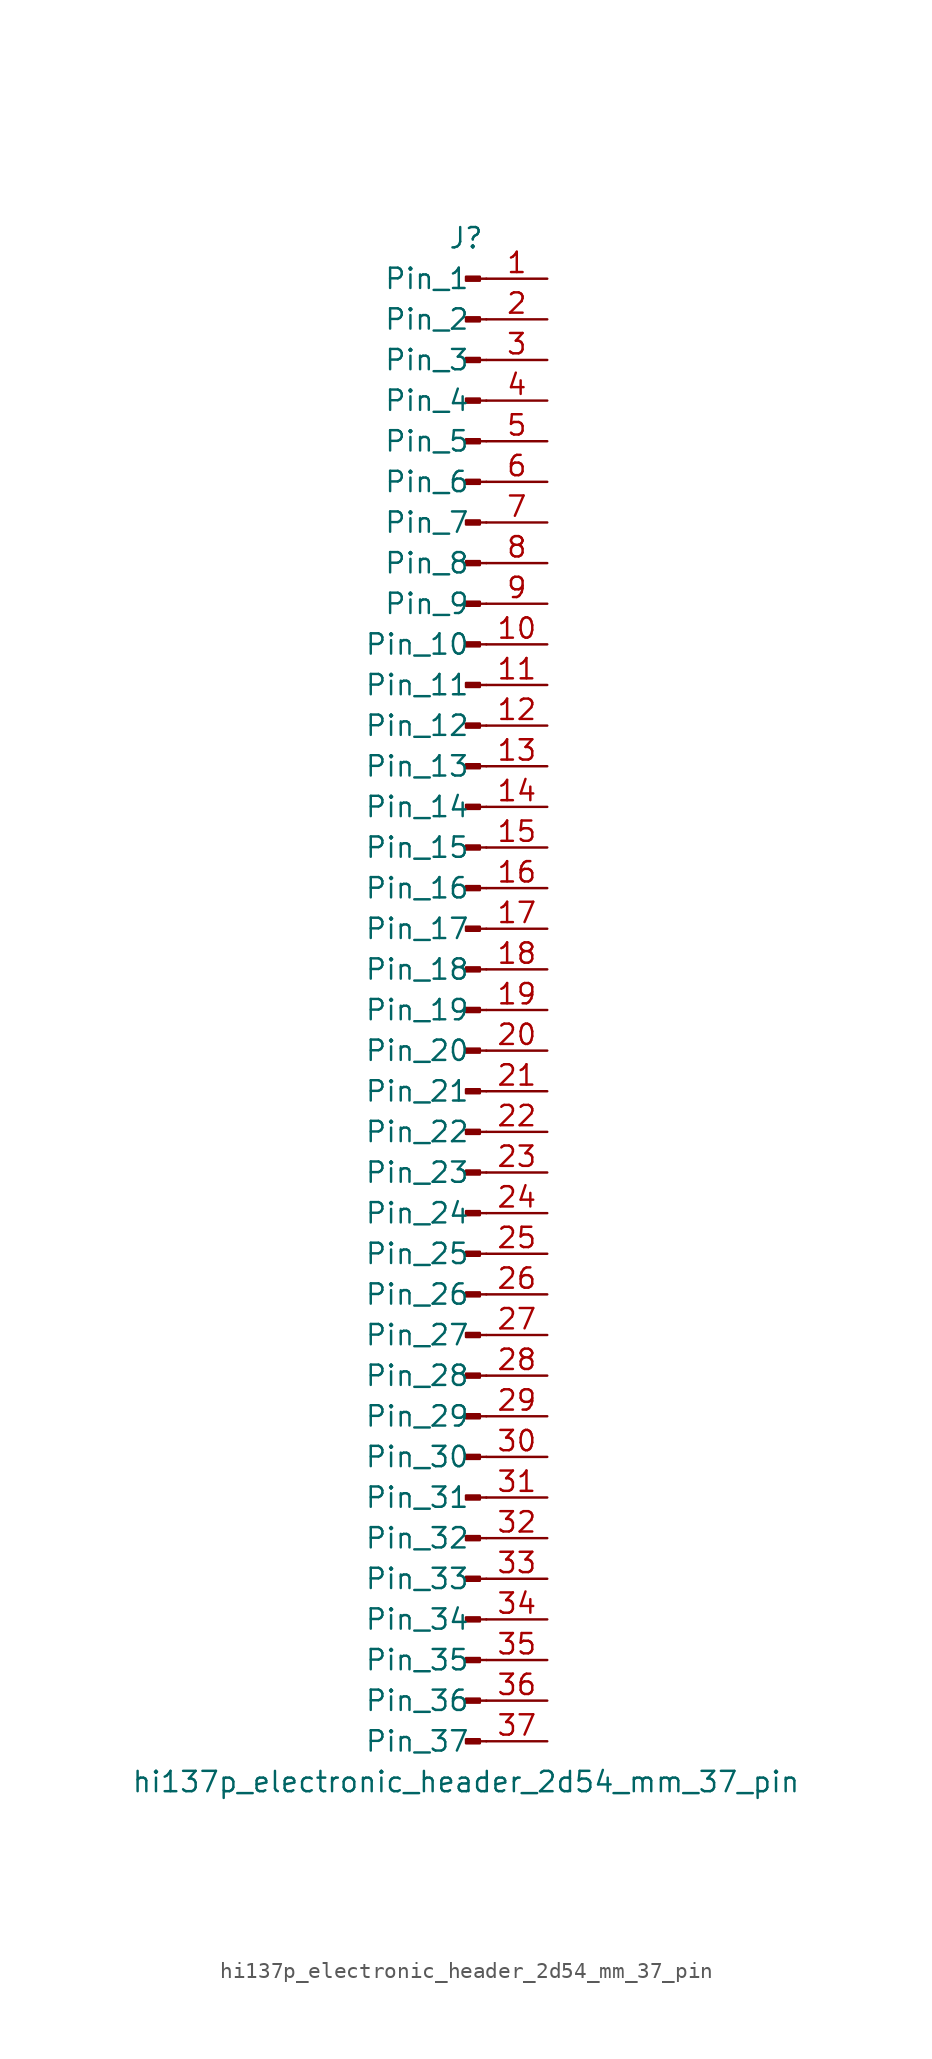
<source format=kicad_sym>
(kicad_symbol_lib
  (version 20220914)
  (generator kicad_symbol_editor)
  (symbol "hi137p_electronic_header_2d54_mm_37_pin"
    (pin_names
      (offset 1.016))
    (property "Reference" "J"
      (at 0 48.26 0)
      (effects (font (size 1.27 1.27))))
    (property "Value" "hi137p_electronic_header_2d54_mm_37_pin"
      (at 0 -48.26 0)
      (effects (font (size 1.27 1.27))))
    (property "ki_locked" ""
      (at 0 0 0)
      (effects (font (size 1.27 1.27))))
    (symbol "hi137p_electronic_header_2d54_mm_37_pin_1_1"
      (polyline (pts (xy 1.27 -45.72) (xy 0.864 -45.72)) (stroke (width 0.152) (type default)) (fill (type none)))
      (polyline (pts (xy 1.27 -43.18) (xy 0.864 -43.18)) (stroke (width 0.152) (type default)) (fill (type none)))
      (polyline (pts (xy 1.27 -40.64) (xy 0.864 -40.64)) (stroke (width 0.152) (type default)) (fill (type none)))
      (polyline (pts (xy 1.27 -38.1) (xy 0.864 -38.1)) (stroke (width 0.152) (type default)) (fill (type none)))
      (polyline (pts (xy 1.27 -35.56) (xy 0.864 -35.56)) (stroke (width 0.152) (type default)) (fill (type none)))
      (polyline (pts (xy 1.27 -33.02) (xy 0.864 -33.02)) (stroke (width 0.152) (type default)) (fill (type none)))
      (polyline (pts (xy 1.27 -30.48) (xy 0.864 -30.48)) (stroke (width 0.152) (type default)) (fill (type none)))
      (polyline (pts (xy 1.27 -27.94) (xy 0.864 -27.94)) (stroke (width 0.152) (type default)) (fill (type none)))
      (polyline (pts (xy 1.27 -25.4) (xy 0.864 -25.4)) (stroke (width 0.152) (type default)) (fill (type none)))
      (polyline (pts (xy 1.27 -22.86) (xy 0.864 -22.86)) (stroke (width 0.152) (type default)) (fill (type none)))
      (polyline (pts (xy 1.27 -20.32) (xy 0.864 -20.32)) (stroke (width 0.152) (type default)) (fill (type none)))
      (polyline (pts (xy 1.27 -17.78) (xy 0.864 -17.78)) (stroke (width 0.152) (type default)) (fill (type none)))
      (polyline (pts (xy 1.27 -15.24) (xy 0.864 -15.24)) (stroke (width 0.152) (type default)) (fill (type none)))
      (polyline (pts (xy 1.27 -12.7) (xy 0.864 -12.7)) (stroke (width 0.152) (type default)) (fill (type none)))
      (polyline (pts (xy 1.27 -10.16) (xy 0.864 -10.16)) (stroke (width 0.152) (type default)) (fill (type none)))
      (polyline (pts (xy 1.27 -7.62) (xy 0.864 -7.62)) (stroke (width 0.152) (type default)) (fill (type none)))
      (polyline (pts (xy 1.27 -5.08) (xy 0.864 -5.08)) (stroke (width 0.152) (type default)) (fill (type none)))
      (polyline (pts (xy 1.27 -2.54) (xy 0.864 -2.54)) (stroke (width 0.152) (type default)) (fill (type none)))
      (polyline (pts (xy 1.27 0) (xy 0.864 0)) (stroke (width 0.152) (type default)) (fill (type none)))
      (polyline (pts (xy 1.27 2.54) (xy 0.864 2.54)) (stroke (width 0.152) (type default)) (fill (type none)))
      (polyline (pts (xy 1.27 5.08) (xy 0.864 5.08)) (stroke (width 0.152) (type default)) (fill (type none)))
      (polyline (pts (xy 1.27 7.62) (xy 0.864 7.62)) (stroke (width 0.152) (type default)) (fill (type none)))
      (polyline (pts (xy 1.27 10.16) (xy 0.864 10.16)) (stroke (width 0.152) (type default)) (fill (type none)))
      (polyline (pts (xy 1.27 12.7) (xy 0.864 12.7)) (stroke (width 0.152) (type default)) (fill (type none)))
      (polyline (pts (xy 1.27 15.24) (xy 0.864 15.24)) (stroke (width 0.152) (type default)) (fill (type none)))
      (polyline (pts (xy 1.27 17.78) (xy 0.864 17.78)) (stroke (width 0.152) (type default)) (fill (type none)))
      (polyline (pts (xy 1.27 20.32) (xy 0.864 20.32)) (stroke (width 0.152) (type default)) (fill (type none)))
      (polyline (pts (xy 1.27 22.86) (xy 0.864 22.86)) (stroke (width 0.152) (type default)) (fill (type none)))
      (polyline (pts (xy 1.27 25.4) (xy 0.864 25.4)) (stroke (width 0.152) (type default)) (fill (type none)))
      (polyline (pts (xy 1.27 27.94) (xy 0.864 27.94)) (stroke (width 0.152) (type default)) (fill (type none)))
      (polyline (pts (xy 1.27 30.48) (xy 0.864 30.48)) (stroke (width 0.152) (type default)) (fill (type none)))
      (polyline (pts (xy 1.27 33.02) (xy 0.864 33.02)) (stroke (width 0.152) (type default)) (fill (type none)))
      (polyline (pts (xy 1.27 35.56) (xy 0.864 35.56)) (stroke (width 0.152) (type default)) (fill (type none)))
      (polyline (pts (xy 1.27 38.1) (xy 0.864 38.1)) (stroke (width 0.152) (type default)) (fill (type none)))
      (polyline (pts (xy 1.27 40.64) (xy 0.864 40.64)) (stroke (width 0.152) (type default)) (fill (type none)))
      (polyline (pts (xy 1.27 43.18) (xy 0.864 43.18)) (stroke (width 0.152) (type default)) (fill (type none)))
      (polyline (pts (xy 1.27 45.72) (xy 0.864 45.72)) (stroke (width 0.152) (type default)) (fill (type none)))
      (rectangle (start 0.864 -45.593) (end 0 -45.847) (stroke (width 0.152) (type default)) (fill (type outline)))
      (rectangle (start 0.864 -43.053) (end 0 -43.307) (stroke (width 0.152) (type default)) (fill (type outline)))
      (rectangle (start 0.864 -40.513) (end 0 -40.767) (stroke (width 0.152) (type default)) (fill (type outline)))
      (rectangle (start 0.864 -37.973) (end 0 -38.227) (stroke (width 0.152) (type default)) (fill (type outline)))
      (rectangle (start 0.864 -35.433) (end 0 -35.687) (stroke (width 0.152) (type default)) (fill (type outline)))
      (rectangle (start 0.864 -32.893) (end 0 -33.147) (stroke (width 0.152) (type default)) (fill (type outline)))
      (rectangle (start 0.864 -30.353) (end 0 -30.607) (stroke (width 0.152) (type default)) (fill (type outline)))
      (rectangle (start 0.864 -27.813) (end 0 -28.067) (stroke (width 0.152) (type default)) (fill (type outline)))
      (rectangle (start 0.864 -25.273) (end 0 -25.527) (stroke (width 0.152) (type default)) (fill (type outline)))
      (rectangle (start 0.864 -22.733) (end 0 -22.987) (stroke (width 0.152) (type default)) (fill (type outline)))
      (rectangle (start 0.864 -20.193) (end 0 -20.447) (stroke (width 0.152) (type default)) (fill (type outline)))
      (rectangle (start 0.864 -17.653) (end 0 -17.907) (stroke (width 0.152) (type default)) (fill (type outline)))
      (rectangle (start 0.864 -15.113) (end 0 -15.367) (stroke (width 0.152) (type default)) (fill (type outline)))
      (rectangle (start 0.864 -12.573) (end 0 -12.827) (stroke (width 0.152) (type default)) (fill (type outline)))
      (rectangle (start 0.864 -10.033) (end 0 -10.287) (stroke (width 0.152) (type default)) (fill (type outline)))
      (rectangle (start 0.864 -7.493) (end 0 -7.747) (stroke (width 0.152) (type default)) (fill (type outline)))
      (rectangle (start 0.864 -4.953) (end 0 -5.207) (stroke (width 0.152) (type default)) (fill (type outline)))
      (rectangle (start 0.864 -2.413) (end 0 -2.667) (stroke (width 0.152) (type default)) (fill (type outline)))
      (rectangle (start 0.864 0.127) (end 0 -0.127) (stroke (width 0.152) (type default)) (fill (type outline)))
      (rectangle (start 0.864 2.667) (end 0 2.413) (stroke (width 0.152) (type default)) (fill (type outline)))
      (rectangle (start 0.864 5.207) (end 0 4.953) (stroke (width 0.152) (type default)) (fill (type outline)))
      (rectangle (start 0.864 7.747) (end 0 7.493) (stroke (width 0.152) (type default)) (fill (type outline)))
      (rectangle (start 0.864 10.287) (end 0 10.033) (stroke (width 0.152) (type default)) (fill (type outline)))
      (rectangle (start 0.864 12.827) (end 0 12.573) (stroke (width 0.152) (type default)) (fill (type outline)))
      (rectangle (start 0.864 15.367) (end 0 15.113) (stroke (width 0.152) (type default)) (fill (type outline)))
      (rectangle (start 0.864 17.907) (end 0 17.653) (stroke (width 0.152) (type default)) (fill (type outline)))
      (rectangle (start 0.864 20.447) (end 0 20.193) (stroke (width 0.152) (type default)) (fill (type outline)))
      (rectangle (start 0.864 22.987) (end 0 22.733) (stroke (width 0.152) (type default)) (fill (type outline)))
      (rectangle (start 0.864 25.527) (end 0 25.273) (stroke (width 0.152) (type default)) (fill (type outline)))
      (rectangle (start 0.864 28.067) (end 0 27.813) (stroke (width 0.152) (type default)) (fill (type outline)))
      (rectangle (start 0.864 30.607) (end 0 30.353) (stroke (width 0.152) (type default)) (fill (type outline)))
      (rectangle (start 0.864 33.147) (end 0 32.893) (stroke (width 0.152) (type default)) (fill (type outline)))
      (rectangle (start 0.864 35.687) (end 0 35.433) (stroke (width 0.152) (type default)) (fill (type outline)))
      (rectangle (start 0.864 38.227) (end 0 37.973) (stroke (width 0.152) (type default)) (fill (type outline)))
      (rectangle (start 0.864 40.767) (end 0 40.513) (stroke (width 0.152) (type default)) (fill (type outline)))
      (rectangle (start 0.864 43.307) (end 0 43.053) (stroke (width 0.152) (type default)) (fill (type outline)))
      (rectangle (start 0.864 45.847) (end 0 45.593) (stroke (width 0.152) (type default)) (fill (type outline)))
      (pin passive line (at 5.08 45.72 180) (length 3.81) (name "Pin_1" (effects (font (size 1.27 1.27)))) (number "1" (effects (font (size 1.27 1.27)))))
      (pin passive line (at 5.08 22.86 180) (length 3.81) (name "Pin_10" (effects (font (size 1.27 1.27)))) (number "10" (effects (font (size 1.27 1.27)))))
      (pin passive line (at 5.08 20.32 180) (length 3.81) (name "Pin_11" (effects (font (size 1.27 1.27)))) (number "11" (effects (font (size 1.27 1.27)))))
      (pin passive line (at 5.08 17.78 180) (length 3.81) (name "Pin_12" (effects (font (size 1.27 1.27)))) (number "12" (effects (font (size 1.27 1.27)))))
      (pin passive line (at 5.08 15.24 180) (length 3.81) (name "Pin_13" (effects (font (size 1.27 1.27)))) (number "13" (effects (font (size 1.27 1.27)))))
      (pin passive line (at 5.08 12.7 180) (length 3.81) (name "Pin_14" (effects (font (size 1.27 1.27)))) (number "14" (effects (font (size 1.27 1.27)))))
      (pin passive line (at 5.08 10.16 180) (length 3.81) (name "Pin_15" (effects (font (size 1.27 1.27)))) (number "15" (effects (font (size 1.27 1.27)))))
      (pin passive line (at 5.08 7.62 180) (length 3.81) (name "Pin_16" (effects (font (size 1.27 1.27)))) (number "16" (effects (font (size 1.27 1.27)))))
      (pin passive line (at 5.08 5.08 180) (length 3.81) (name "Pin_17" (effects (font (size 1.27 1.27)))) (number "17" (effects (font (size 1.27 1.27)))))
      (pin passive line (at 5.08 2.54 180) (length 3.81) (name "Pin_18" (effects (font (size 1.27 1.27)))) (number "18" (effects (font (size 1.27 1.27)))))
      (pin passive line (at 5.08 0 180) (length 3.81) (name "Pin_19" (effects (font (size 1.27 1.27)))) (number "19" (effects (font (size 1.27 1.27)))))
      (pin passive line (at 5.08 43.18 180) (length 3.81) (name "Pin_2" (effects (font (size 1.27 1.27)))) (number "2" (effects (font (size 1.27 1.27)))))
      (pin passive line (at 5.08 -2.54 180) (length 3.81) (name "Pin_20" (effects (font (size 1.27 1.27)))) (number "20" (effects (font (size 1.27 1.27)))))
      (pin passive line (at 5.08 -5.08 180) (length 3.81) (name "Pin_21" (effects (font (size 1.27 1.27)))) (number "21" (effects (font (size 1.27 1.27)))))
      (pin passive line (at 5.08 -7.62 180) (length 3.81) (name "Pin_22" (effects (font (size 1.27 1.27)))) (number "22" (effects (font (size 1.27 1.27)))))
      (pin passive line (at 5.08 -10.16 180) (length 3.81) (name "Pin_23" (effects (font (size 1.27 1.27)))) (number "23" (effects (font (size 1.27 1.27)))))
      (pin passive line (at 5.08 -12.7 180) (length 3.81) (name "Pin_24" (effects (font (size 1.27 1.27)))) (number "24" (effects (font (size 1.27 1.27)))))
      (pin passive line (at 5.08 -15.24 180) (length 3.81) (name "Pin_25" (effects (font (size 1.27 1.27)))) (number "25" (effects (font (size 1.27 1.27)))))
      (pin passive line (at 5.08 -17.78 180) (length 3.81) (name "Pin_26" (effects (font (size 1.27 1.27)))) (number "26" (effects (font (size 1.27 1.27)))))
      (pin passive line (at 5.08 -20.32 180) (length 3.81) (name "Pin_27" (effects (font (size 1.27 1.27)))) (number "27" (effects (font (size 1.27 1.27)))))
      (pin passive line (at 5.08 -22.86 180) (length 3.81) (name "Pin_28" (effects (font (size 1.27 1.27)))) (number "28" (effects (font (size 1.27 1.27)))))
      (pin passive line (at 5.08 -25.4 180) (length 3.81) (name "Pin_29" (effects (font (size 1.27 1.27)))) (number "29" (effects (font (size 1.27 1.27)))))
      (pin passive line (at 5.08 40.64 180) (length 3.81) (name "Pin_3" (effects (font (size 1.27 1.27)))) (number "3" (effects (font (size 1.27 1.27)))))
      (pin passive line (at 5.08 -27.94 180) (length 3.81) (name "Pin_30" (effects (font (size 1.27 1.27)))) (number "30" (effects (font (size 1.27 1.27)))))
      (pin passive line (at 5.08 -30.48 180) (length 3.81) (name "Pin_31" (effects (font (size 1.27 1.27)))) (number "31" (effects (font (size 1.27 1.27)))))
      (pin passive line (at 5.08 -33.02 180) (length 3.81) (name "Pin_32" (effects (font (size 1.27 1.27)))) (number "32" (effects (font (size 1.27 1.27)))))
      (pin passive line (at 5.08 -35.56 180) (length 3.81) (name "Pin_33" (effects (font (size 1.27 1.27)))) (number "33" (effects (font (size 1.27 1.27)))))
      (pin passive line (at 5.08 -38.1 180) (length 3.81) (name "Pin_34" (effects (font (size 1.27 1.27)))) (number "34" (effects (font (size 1.27 1.27)))))
      (pin passive line (at 5.08 -40.64 180) (length 3.81) (name "Pin_35" (effects (font (size 1.27 1.27)))) (number "35" (effects (font (size 1.27 1.27)))))
      (pin passive line (at 5.08 -43.18 180) (length 3.81) (name "Pin_36" (effects (font (size 1.27 1.27)))) (number "36" (effects (font (size 1.27 1.27)))))
      (pin passive line (at 5.08 -45.72 180) (length 3.81) (name "Pin_37" (effects (font (size 1.27 1.27)))) (number "37" (effects (font (size 1.27 1.27)))))
      (pin passive line (at 5.08 38.1 180) (length 3.81) (name "Pin_4" (effects (font (size 1.27 1.27)))) (number "4" (effects (font (size 1.27 1.27)))))
      (pin passive line (at 5.08 35.56 180) (length 3.81) (name "Pin_5" (effects (font (size 1.27 1.27)))) (number "5" (effects (font (size 1.27 1.27)))))
      (pin passive line (at 5.08 33.02 180) (length 3.81) (name "Pin_6" (effects (font (size 1.27 1.27)))) (number "6" (effects (font (size 1.27 1.27)))))
      (pin passive line (at 5.08 30.48 180) (length 3.81) (name "Pin_7" (effects (font (size 1.27 1.27)))) (number "7" (effects (font (size 1.27 1.27)))))
      (pin passive line (at 5.08 27.94 180) (length 3.81) (name "Pin_8" (effects (font (size 1.27 1.27)))) (number "8" (effects (font (size 1.27 1.27)))))
      (pin passive line (at 5.08 25.4 180) (length 3.81) (name "Pin_9" (effects (font (size 1.27 1.27)))) (number "9" (effects (font (size 1.27 1.27))))))))
</source>
